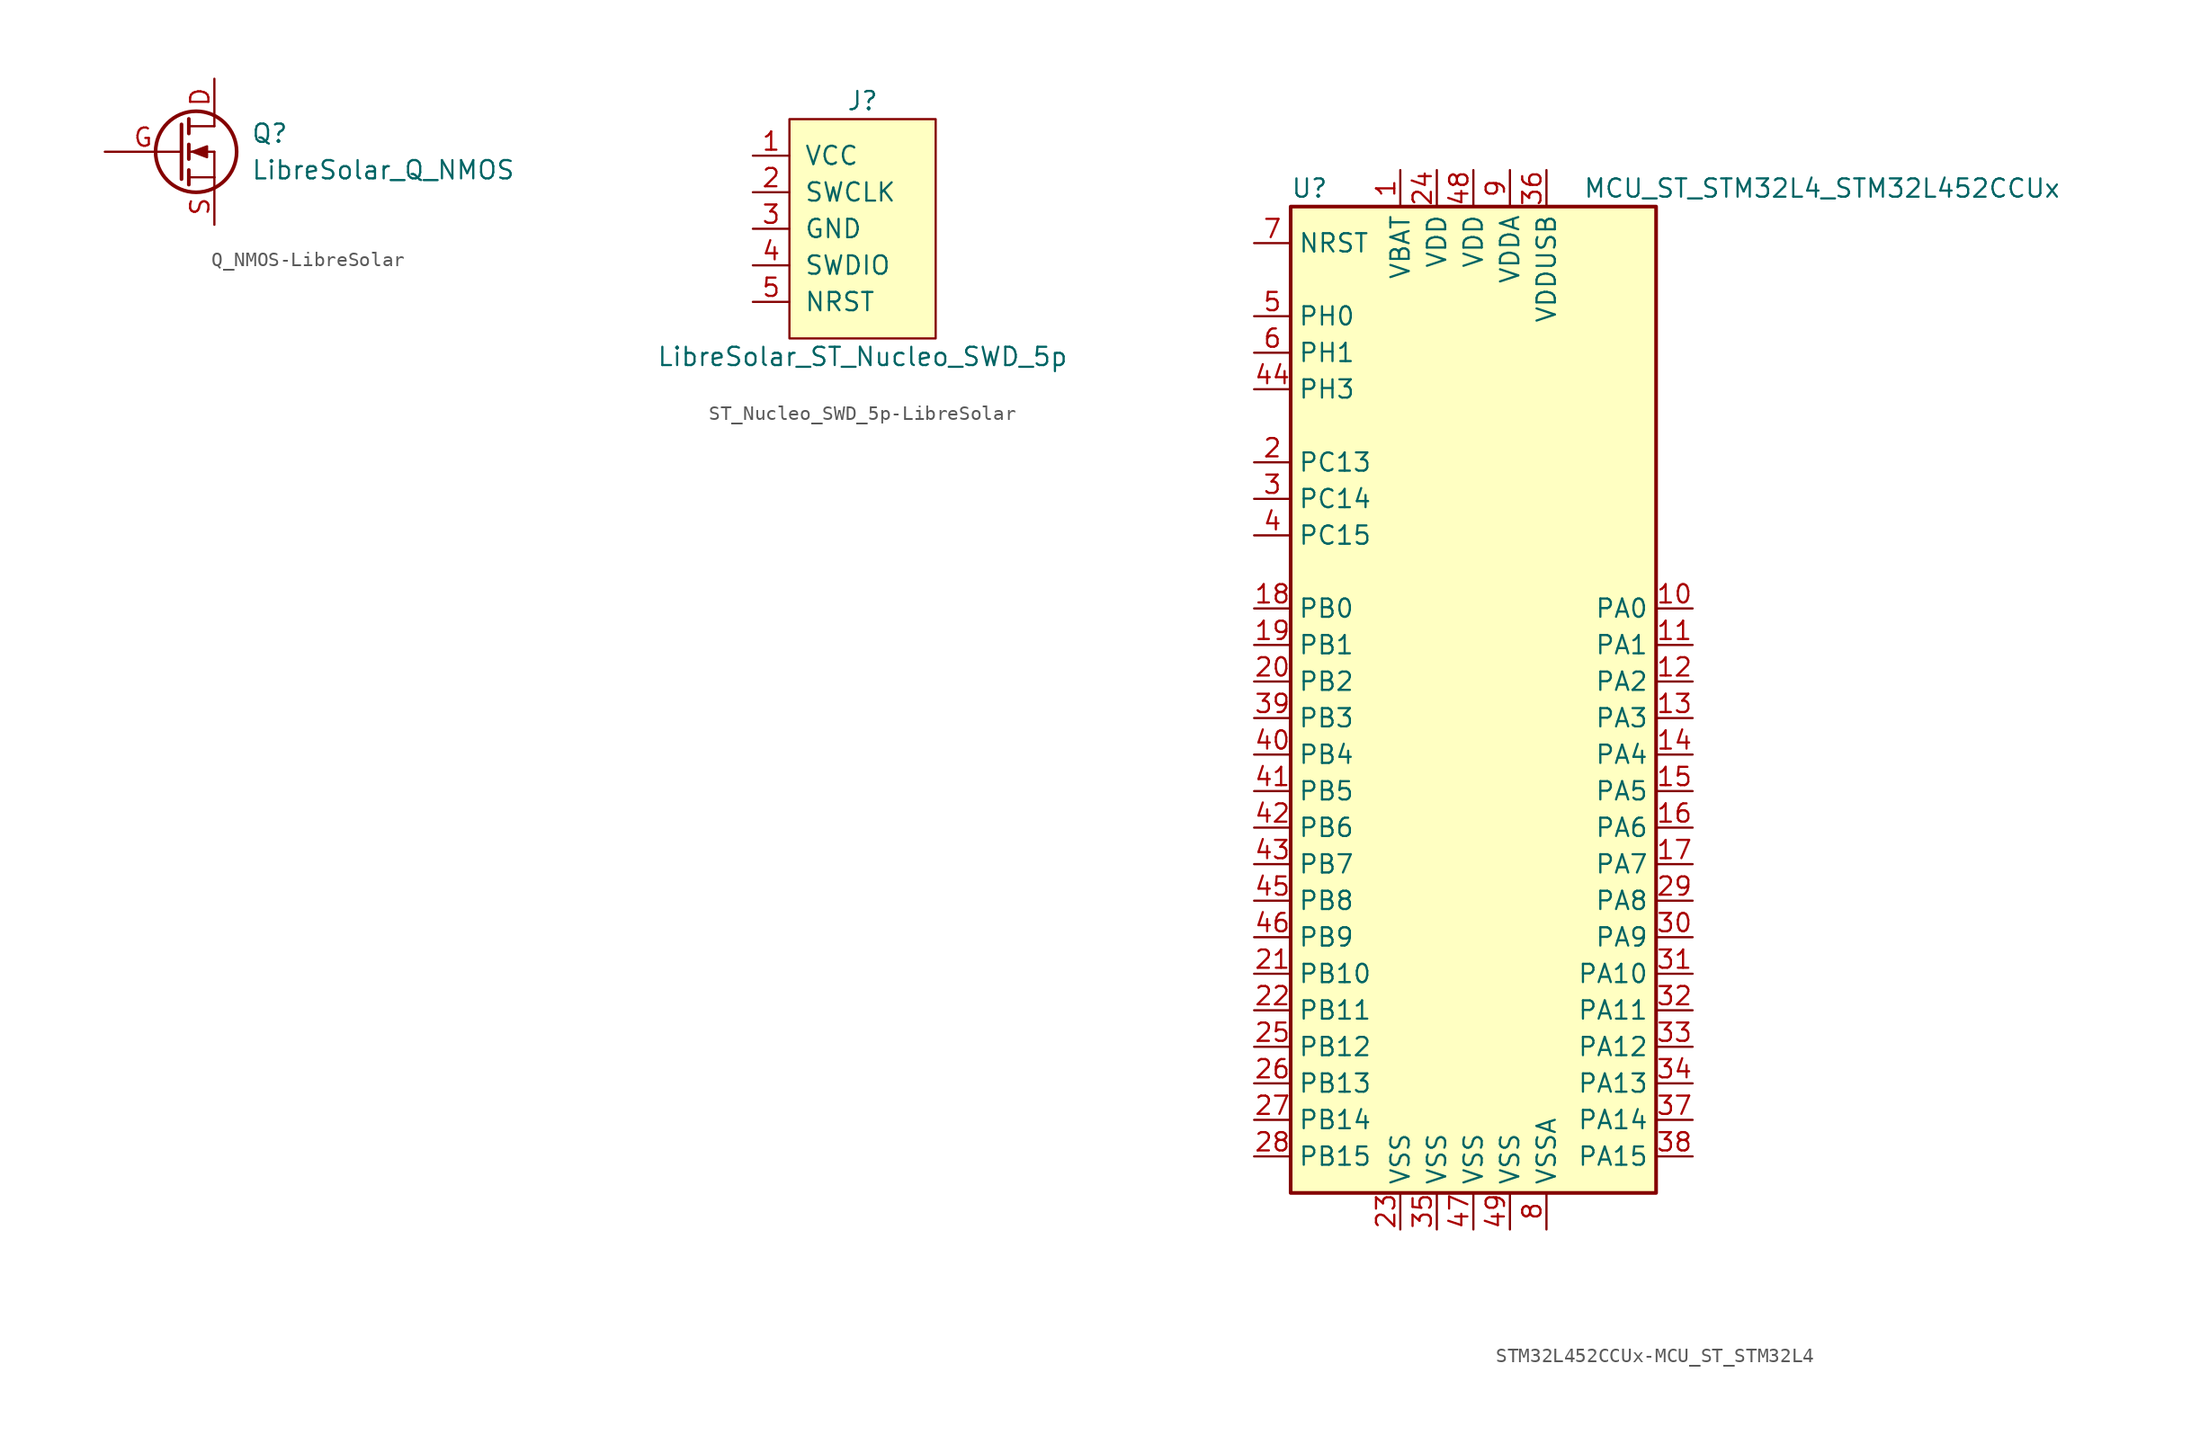
<source format=kicad_sym>
(kicad_symbol_lib
  (version 20241209)
  (generator "kicad_symbol_editor")
  (generator_version "9.0")
  (symbol "Q_NMOS-LibreSolar"
    (pin_names
      (offset 0)
      (hide yes))
    (property "Reference" "Q"
      (at 5.08 1.27 0)
      (effects (font (size 1.27 1.27)) (justify left)))
    (property "Value" "LibreSolar_Q_NMOS"
      (at 5.08 -1.27 0)
      (effects (font (size 1.27 1.27)) (justify left)))
    (property "Footprint" ""
      (at 5.08 2.54 0)
      (effects (font (size 1.27 1.27))))
    (property "Datasheet" ""
      (at 0 0 0)
      (effects (font (size 1.27 1.27))))
    (symbol "Q_NMOS-LibreSolar_0_1"
      (polyline (pts (xy 0.254 1.905) (xy 0.254 -1.905) (xy 0.254 -1.905)) (stroke (width 0.254) (type solid)) (fill (type none)))
      (polyline (pts (xy 0.762 2.286) (xy 0.762 1.27)) (stroke (width 0.254) (type solid)) (fill (type none)))
      (polyline (pts (xy 0.762 1.778) (xy 2.54 1.778)) (stroke (width 0) (type solid)) (fill (type none)))
      (polyline (pts (xy 0.762 0.508) (xy 0.762 -0.508)) (stroke (width 0.254) (type solid)) (fill (type none)))
      (polyline (pts (xy 0.762 0) (xy 2.54 0)) (stroke (width 0) (type solid)) (fill (type none)))
      (polyline (pts (xy 0.762 -1.27) (xy 0.762 -2.286)) (stroke (width 0.254) (type solid)) (fill (type none)))
      (polyline (pts (xy 0.762 -1.778) (xy 2.54 -1.778)) (stroke (width 0) (type solid)) (fill (type none)))
      (polyline (pts (xy 1.016 0) (xy 2.032 0.381) (xy 2.032 -0.381) (xy 1.016 0)) (stroke (width 0) (type solid)) (fill (type outline)))
      (circle (center 1.27 0) (radius 2.819) (stroke (width 0.254) (type solid)) (fill (type none)))
      (polyline (pts (xy 2.54 2.54) (xy 2.54 1.778)) (stroke (width 0) (type solid)) (fill (type none)))
      (polyline (pts (xy 2.54 -1.778) (xy 2.54 0)) (stroke (width 0) (type solid)) (fill (type none)))
      (polyline (pts (xy 2.54 -1.778) (xy 2.54 -2.54)) (stroke (width 0) (type solid)) (fill (type none))))
    (symbol "Q_NMOS-LibreSolar_1_1"
      (pin input line (at -5.08 0 0) (length 5.334) (name "G" (effects (font (size 1.27 1.27)))) (number "G" (effects (font (size 1.27 1.27)))))
      (pin passive line (at 2.54 5.08 270) (length 2.54) (name "D" (effects (font (size 1.27 1.27)))) (number "D" (effects (font (size 1.27 1.27)))))
      (pin passive line (at 2.54 -5.08 90) (length 2.54) (name "S" (effects (font (size 1.27 1.27)))) (number "S" (effects (font (size 1.27 1.27)))))))
  (symbol "ST_Nucleo_SWD_5p-LibreSolar"
    (pin_names
      (offset 1.016))
    (property "Reference" "J"
      (at 0 8.89 0)
      (effects (font (size 1.27 1.27))))
    (property "Value" "LibreSolar_ST_Nucleo_SWD_5p"
      (at 0 -8.89 0)
      (effects (font (size 1.27 1.27))))
    (property "Datasheet" ""
      (at 3.81 1.27 0)
      (effects (font (size 1.524 1.524))))
    (symbol "ST_Nucleo_SWD_5p-LibreSolar_0_1"
      (rectangle (start -5.08 7.62) (end 5.08 -7.62) (stroke (width 0) (type solid)) (fill (type background))))
    (symbol "ST_Nucleo_SWD_5p-LibreSolar_1_1"
      (pin passive line (at -7.62 5.08 0) (length 2.54) (name "VCC" (effects (font (size 1.27 1.27)))) (number "1" (effects (font (size 1.27 1.27)))))
      (pin passive line (at -7.62 2.54 0) (length 2.54) (name "SWCLK" (effects (font (size 1.27 1.27)))) (number "2" (effects (font (size 1.27 1.27)))))
      (pin passive line (at -7.62 0 0) (length 2.54) (name "GND" (effects (font (size 1.27 1.27)))) (number "3" (effects (font (size 1.27 1.27)))))
      (pin passive line (at -7.62 -2.54 0) (length 2.54) (name "SWDIO" (effects (font (size 1.27 1.27)))) (number "4" (effects (font (size 1.27 1.27)))))
      (pin passive line (at -7.62 -5.08 0) (length 2.54) (name "NRST" (effects (font (size 1.27 1.27)))) (number "5" (effects (font (size 1.27 1.27)))))))
  (symbol "STM32L452CCUx-MCU_ST_STM32L4"
    (property "Reference" "U"
      (at -12.7 34.29 0)
      (effects (font (size 1.27 1.27)) (justify left)))
    (property "Value" "MCU_ST_STM32L4_STM32L452CCUx"
      (at 7.62 34.29 0)
      (effects (font (size 1.27 1.27)) (justify left)))
    (symbol "STM32L452CCUx-MCU_ST_STM32L4_0_1"
      (rectangle (start -12.7 -35.56) (end 12.7 33.02) (stroke (width 0.254) (type solid)) (fill (type background))))
    (symbol "STM32L452CCUx-MCU_ST_STM32L4_1_1"
      (pin input line (at -15.24 30.48 0) (length 2.54) (name "NRST" (effects (font (size 1.27 1.27)))) (number "7" (effects (font (size 1.27 1.27)))))
      (pin input line (at -15.24 25.4 0) (length 2.54) (name "PH0" (effects (font (size 1.27 1.27)))) (number "5" (effects (font (size 1.27 1.27)))))
      (pin input line (at -15.24 22.86 0) (length 2.54) (name "PH1" (effects (font (size 1.27 1.27)))) (number "6" (effects (font (size 1.27 1.27)))))
      (pin bidirectional line (at -15.24 20.32 0) (length 2.54) (name "PH3" (effects (font (size 1.27 1.27)))) (number "44" (effects (font (size 1.27 1.27)))))
      (pin bidirectional line (at -15.24 15.24 0) (length 2.54) (name "PC13" (effects (font (size 1.27 1.27)))) (number "2" (effects (font (size 1.27 1.27)))))
      (pin bidirectional line (at -15.24 12.7 0) (length 2.54) (name "PC14" (effects (font (size 1.27 1.27)))) (number "3" (effects (font (size 1.27 1.27)))))
      (pin bidirectional line (at -15.24 10.16 0) (length 2.54) (name "PC15" (effects (font (size 1.27 1.27)))) (number "4" (effects (font (size 1.27 1.27)))))
      (pin bidirectional line (at -15.24 5.08 0) (length 2.54) (name "PB0" (effects (font (size 1.27 1.27)))) (number "18" (effects (font (size 1.27 1.27)))))
      (pin bidirectional line (at -15.24 2.54 0) (length 2.54) (name "PB1" (effects (font (size 1.27 1.27)))) (number "19" (effects (font (size 1.27 1.27)))))
      (pin bidirectional line (at -15.24 0 0) (length 2.54) (name "PB2" (effects (font (size 1.27 1.27)))) (number "20" (effects (font (size 1.27 1.27)))))
      (pin bidirectional line (at -15.24 -2.54 0) (length 2.54) (name "PB3" (effects (font (size 1.27 1.27)))) (number "39" (effects (font (size 1.27 1.27)))))
      (pin bidirectional line (at -15.24 -5.08 0) (length 2.54) (name "PB4" (effects (font (size 1.27 1.27)))) (number "40" (effects (font (size 1.27 1.27)))))
      (pin bidirectional line (at -15.24 -7.62 0) (length 2.54) (name "PB5" (effects (font (size 1.27 1.27)))) (number "41" (effects (font (size 1.27 1.27)))))
      (pin bidirectional line (at -15.24 -10.16 0) (length 2.54) (name "PB6" (effects (font (size 1.27 1.27)))) (number "42" (effects (font (size 1.27 1.27)))))
      (pin bidirectional line (at -15.24 -12.7 0) (length 2.54) (name "PB7" (effects (font (size 1.27 1.27)))) (number "43" (effects (font (size 1.27 1.27)))))
      (pin bidirectional line (at -15.24 -15.24 0) (length 2.54) (name "PB8" (effects (font (size 1.27 1.27)))) (number "45" (effects (font (size 1.27 1.27)))))
      (pin bidirectional line (at -15.24 -17.78 0) (length 2.54) (name "PB9" (effects (font (size 1.27 1.27)))) (number "46" (effects (font (size 1.27 1.27)))))
      (pin bidirectional line (at -15.24 -20.32 0) (length 2.54) (name "PB10" (effects (font (size 1.27 1.27)))) (number "21" (effects (font (size 1.27 1.27)))))
      (pin bidirectional line (at -15.24 -22.86 0) (length 2.54) (name "PB11" (effects (font (size 1.27 1.27)))) (number "22" (effects (font (size 1.27 1.27)))))
      (pin bidirectional line (at -15.24 -25.4 0) (length 2.54) (name "PB12" (effects (font (size 1.27 1.27)))) (number "25" (effects (font (size 1.27 1.27)))))
      (pin bidirectional line (at -15.24 -27.94 0) (length 2.54) (name "PB13" (effects (font (size 1.27 1.27)))) (number "26" (effects (font (size 1.27 1.27)))))
      (pin bidirectional line (at -15.24 -30.48 0) (length 2.54) (name "PB14" (effects (font (size 1.27 1.27)))) (number "27" (effects (font (size 1.27 1.27)))))
      (pin bidirectional line (at -15.24 -33.02 0) (length 2.54) (name "PB15" (effects (font (size 1.27 1.27)))) (number "28" (effects (font (size 1.27 1.27)))))
      (pin power_in line (at -5.08 35.56 270) (length 2.54) (name "VBAT" (effects (font (size 1.27 1.27)))) (number "1" (effects (font (size 1.27 1.27)))))
      (pin power_in line (at -5.08 -38.1 90) (length 2.54) (name "VSS" (effects (font (size 1.27 1.27)))) (number "23" (effects (font (size 1.27 1.27)))))
      (pin power_in line (at -2.54 35.56 270) (length 2.54) (name "VDD" (effects (font (size 1.27 1.27)))) (number "24" (effects (font (size 1.27 1.27)))))
      (pin power_in line (at -2.54 -38.1 90) (length 2.54) (name "VSS" (effects (font (size 1.27 1.27)))) (number "35" (effects (font (size 1.27 1.27)))))
      (pin power_in line (at 0 35.56 270) (length 2.54) (name "VDD" (effects (font (size 1.27 1.27)))) (number "48" (effects (font (size 1.27 1.27)))))
      (pin power_in line (at 0 -38.1 90) (length 2.54) (name "VSS" (effects (font (size 1.27 1.27)))) (number "47" (effects (font (size 1.27 1.27)))))
      (pin power_in line (at 2.54 35.56 270) (length 2.54) (name "VDDA" (effects (font (size 1.27 1.27)))) (number "9" (effects (font (size 1.27 1.27)))))
      (pin power_in line (at 2.54 -38.1 90) (length 2.54) (name "VSS" (effects (font (size 1.27 1.27)))) (number "49" (effects (font (size 1.27 1.27)))))
      (pin power_in line (at 5.08 35.56 270) (length 2.54) (name "VDDUSB" (effects (font (size 1.27 1.27)))) (number "36" (effects (font (size 1.27 1.27)))))
      (pin power_in line (at 5.08 -38.1 90) (length 2.54) (name "VSSA" (effects (font (size 1.27 1.27)))) (number "8" (effects (font (size 1.27 1.27)))))
      (pin bidirectional line (at 15.24 5.08 180) (length 2.54) (name "PA0" (effects (font (size 1.27 1.27)))) (number "10" (effects (font (size 1.27 1.27)))))
      (pin bidirectional line (at 15.24 2.54 180) (length 2.54) (name "PA1" (effects (font (size 1.27 1.27)))) (number "11" (effects (font (size 1.27 1.27)))))
      (pin bidirectional line (at 15.24 0 180) (length 2.54) (name "PA2" (effects (font (size 1.27 1.27)))) (number "12" (effects (font (size 1.27 1.27)))))
      (pin bidirectional line (at 15.24 -2.54 180) (length 2.54) (name "PA3" (effects (font (size 1.27 1.27)))) (number "13" (effects (font (size 1.27 1.27)))))
      (pin bidirectional line (at 15.24 -5.08 180) (length 2.54) (name "PA4" (effects (font (size 1.27 1.27)))) (number "14" (effects (font (size 1.27 1.27)))))
      (pin bidirectional line (at 15.24 -7.62 180) (length 2.54) (name "PA5" (effects (font (size 1.27 1.27)))) (number "15" (effects (font (size 1.27 1.27)))))
      (pin bidirectional line (at 15.24 -10.16 180) (length 2.54) (name "PA6" (effects (font (size 1.27 1.27)))) (number "16" (effects (font (size 1.27 1.27)))))
      (pin bidirectional line (at 15.24 -12.7 180) (length 2.54) (name "PA7" (effects (font (size 1.27 1.27)))) (number "17" (effects (font (size 1.27 1.27)))))
      (pin bidirectional line (at 15.24 -15.24 180) (length 2.54) (name "PA8" (effects (font (size 1.27 1.27)))) (number "29" (effects (font (size 1.27 1.27)))))
      (pin bidirectional line (at 15.24 -17.78 180) (length 2.54) (name "PA9" (effects (font (size 1.27 1.27)))) (number "30" (effects (font (size 1.27 1.27)))))
      (pin bidirectional line (at 15.24 -20.32 180) (length 2.54) (name "PA10" (effects (font (size 1.27 1.27)))) (number "31" (effects (font (size 1.27 1.27)))))
      (pin bidirectional line (at 15.24 -22.86 180) (length 2.54) (name "PA11" (effects (font (size 1.27 1.27)))) (number "32" (effects (font (size 1.27 1.27)))))
      (pin bidirectional line (at 15.24 -25.4 180) (length 2.54) (name "PA12" (effects (font (size 1.27 1.27)))) (number "33" (effects (font (size 1.27 1.27)))))
      (pin bidirectional line (at 15.24 -27.94 180) (length 2.54) (name "PA13" (effects (font (size 1.27 1.27)))) (number "34" (effects (font (size 1.27 1.27)))))
      (pin bidirectional line (at 15.24 -30.48 180) (length 2.54) (name "PA14" (effects (font (size 1.27 1.27)))) (number "37" (effects (font (size 1.27 1.27)))))
      (pin bidirectional line (at 15.24 -33.02 180) (length 2.54) (name "PA15" (effects (font (size 1.27 1.27)))) (number "38" (effects (font (size 1.27 1.27))))))))
</source>
